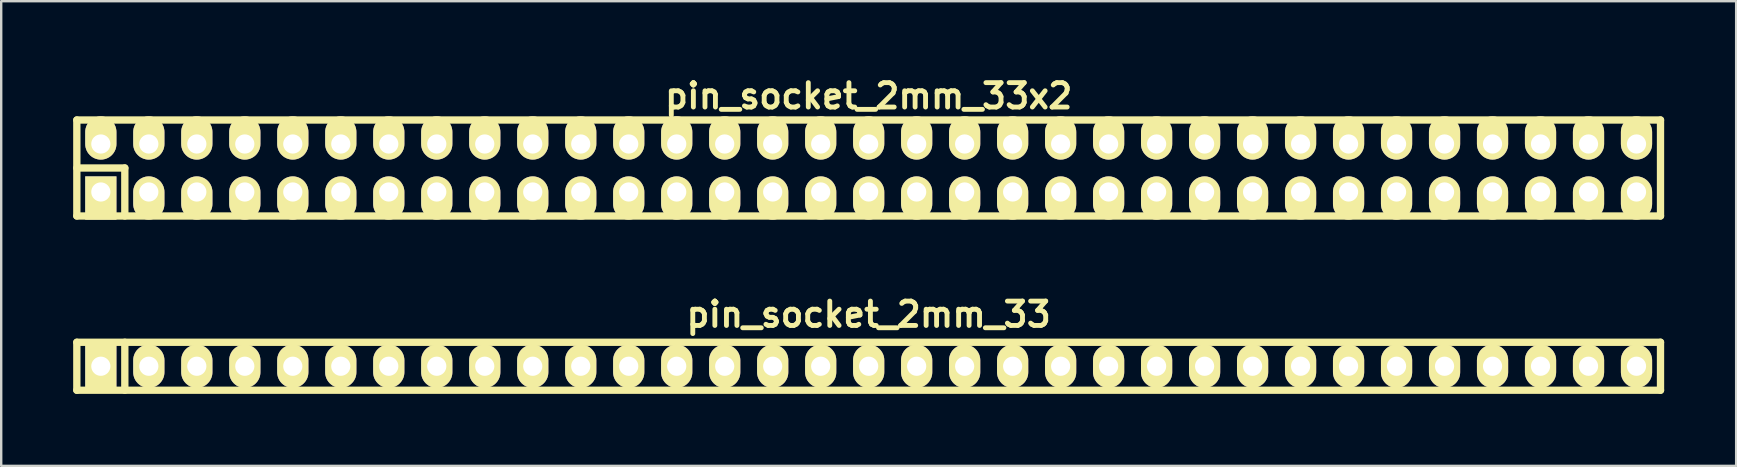
<source format=kicad_pcb>
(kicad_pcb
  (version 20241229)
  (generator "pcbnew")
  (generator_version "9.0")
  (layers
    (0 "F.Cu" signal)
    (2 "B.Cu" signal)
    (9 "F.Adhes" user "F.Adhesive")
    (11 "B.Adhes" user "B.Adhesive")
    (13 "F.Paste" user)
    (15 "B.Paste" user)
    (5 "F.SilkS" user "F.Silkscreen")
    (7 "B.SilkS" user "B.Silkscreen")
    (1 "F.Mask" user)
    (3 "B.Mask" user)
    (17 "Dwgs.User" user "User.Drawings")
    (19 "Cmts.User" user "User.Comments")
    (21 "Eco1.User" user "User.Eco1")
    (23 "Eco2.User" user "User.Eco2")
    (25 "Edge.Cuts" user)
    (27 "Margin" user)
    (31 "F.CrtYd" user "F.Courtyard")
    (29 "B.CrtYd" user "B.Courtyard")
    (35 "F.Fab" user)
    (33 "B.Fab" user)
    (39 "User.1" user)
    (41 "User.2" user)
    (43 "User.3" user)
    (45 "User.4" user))
  (footprint "pin_socket_2mm_33"
    (layer "F.Cu")
    (at 33.152 12.213)
    (property "Reference" "pin_socket_2mm_33" (at 0 -2.159 0) (layer "F.SilkS") (effects (font (size 1.016 1.016) (thickness 0.203))))
    (attr through_hole)
    (fp_line (start -33 -1) (end 33 -1) (stroke (width 0.305) (type solid)) (layer "F.SilkS"))
    (fp_line (start -33 1) (end -33 -1) (stroke (width 0.305) (type solid)) (layer "F.SilkS"))
    (fp_line (start -31 -1) (end -31 1) (stroke (width 0.305) (type solid)) (layer "F.SilkS"))
    (fp_line (start 33 -1) (end 33 1) (stroke (width 0.305) (type solid)) (layer "F.SilkS"))
    (fp_line (start 33 1) (end -33 1) (stroke (width 0.305) (type solid)) (layer "F.SilkS"))
    (pad "1" thru_hole rect (at -32 0) (size 1.3 1.8) (drill 0.8) (layers "*.Cu" "*.Mask" "F.SilkS"))
    (pad "2" thru_hole oval (at -30 0) (size 1.3 1.8) (drill 0.8) (layers "*.Cu" "*.Mask" "F.SilkS"))
    (pad "3" thru_hole oval (at -28 0) (size 1.3 1.8) (drill 0.8) (layers "*.Cu" "*.Mask" "F.SilkS"))
    (pad "4" thru_hole oval (at -26 0) (size 1.3 1.8) (drill 0.8) (layers "*.Cu" "*.Mask" "F.SilkS"))
    (pad "5" thru_hole oval (at -24 0) (size 1.3 1.8) (drill 0.8) (layers "*.Cu" "*.Mask" "F.SilkS"))
    (pad "6" thru_hole oval (at -22 0) (size 1.3 1.8) (drill 0.8) (layers "*.Cu" "*.Mask" "F.SilkS"))
    (pad "7" thru_hole oval (at -20 0) (size 1.3 1.8) (drill 0.8) (layers "*.Cu" "*.Mask" "F.SilkS"))
    (pad "8" thru_hole oval (at -18 0) (size 1.3 1.8) (drill 0.8) (layers "*.Cu" "*.Mask" "F.SilkS"))
    (pad "9" thru_hole oval (at -16 0) (size 1.3 1.8) (drill 0.8) (layers "*.Cu" "*.Mask" "F.SilkS"))
    (pad "10" thru_hole oval (at -14 0) (size 1.3 1.8) (drill 0.8) (layers "*.Cu" "*.Mask" "F.SilkS"))
    (pad "11" thru_hole oval (at -12 0) (size 1.3 1.8) (drill 0.8) (layers "*.Cu" "*.Mask" "F.SilkS"))
    (pad "12" thru_hole oval (at -10 0) (size 1.3 1.8) (drill 0.8) (layers "*.Cu" "*.Mask" "F.SilkS"))
    (pad "13" thru_hole oval (at -8 0) (size 1.3 1.8) (drill 0.8) (layers "*.Cu" "*.Mask" "F.SilkS"))
    (pad "14" thru_hole oval (at -6 0) (size 1.3 1.8) (drill 0.8) (layers "*.Cu" "*.Mask" "F.SilkS"))
    (pad "15" thru_hole oval (at -4 0) (size 1.3 1.8) (drill 0.8) (layers "*.Cu" "*.Mask" "F.SilkS"))
    (pad "16" thru_hole oval (at -2 0) (size 1.3 1.8) (drill 0.8) (layers "*.Cu" "*.Mask" "F.SilkS"))
    (pad "17" thru_hole oval (at 0 0) (size 1.3 1.8) (drill 0.8) (layers "*.Cu" "*.Mask" "F.SilkS"))
    (pad "18" thru_hole oval (at 2 0) (size 1.3 1.8) (drill 0.8) (layers "*.Cu" "*.Mask" "F.SilkS"))
    (pad "19" thru_hole oval (at 4 0) (size 1.3 1.8) (drill 0.8) (layers "*.Cu" "*.Mask" "F.SilkS"))
    (pad "20" thru_hole oval (at 6 0) (size 1.3 1.8) (drill 0.8) (layers "*.Cu" "*.Mask" "F.SilkS"))
    (pad "21" thru_hole oval (at 8 0) (size 1.3 1.8) (drill 0.8) (layers "*.Cu" "*.Mask" "F.SilkS"))
    (pad "22" thru_hole oval (at 10 0) (size 1.3 1.8) (drill 0.8) (layers "*.Cu" "*.Mask" "F.SilkS"))
    (pad "23" thru_hole oval (at 12 0) (size 1.3 1.8) (drill 0.8) (layers "*.Cu" "*.Mask" "F.SilkS"))
    (pad "24" thru_hole oval (at 14 0) (size 1.3 1.8) (drill 0.8) (layers "*.Cu" "*.Mask" "F.SilkS"))
    (pad "25" thru_hole oval (at 16 0) (size 1.3 1.8) (drill 0.8) (layers "*.Cu" "*.Mask" "F.SilkS"))
    (pad "26" thru_hole oval (at 18 0) (size 1.3 1.8) (drill 0.8) (layers "*.Cu" "*.Mask" "F.SilkS"))
    (pad "27" thru_hole oval (at 20 0) (size 1.3 1.8) (drill 0.8) (layers "*.Cu" "*.Mask" "F.SilkS"))
    (pad "28" thru_hole oval (at 22 0) (size 1.3 1.8) (drill 0.8) (layers "*.Cu" "*.Mask" "F.SilkS"))
    (pad "29" thru_hole oval (at 24 0) (size 1.3 1.8) (drill 0.8) (layers "*.Cu" "*.Mask" "F.SilkS"))
    (pad "30" thru_hole oval (at 26 0) (size 1.3 1.8) (drill 0.8) (layers "*.Cu" "*.Mask" "F.SilkS"))
    (pad "31" thru_hole oval (at 28 0) (size 1.3 1.8) (drill 0.8) (layers "*.Cu" "*.Mask" "F.SilkS"))
    (pad "32" thru_hole oval (at 30 0) (size 1.3 1.8) (drill 0.8) (layers "*.Cu" "*.Mask" "F.SilkS"))
    (pad "33" thru_hole oval (at 32 0) (size 1.3 1.8) (drill 0.8) (layers "*.Cu" "*.Mask" "F.SilkS")))
  (footprint "pin_socket_2mm_33x2"
    (layer "F.Cu")
    (at 33.152 3.951)
    (property "Reference" "pin_socket_2mm_33x2" (at 0 -3 0) (layer "F.SilkS") (effects (font (size 1.016 1.016) (thickness 0.203))))
    (attr through_hole)
    (fp_line (start -33 -2) (end 33 -2) (stroke (width 0.305) (type solid)) (layer "F.SilkS"))
    (fp_line (start -33 0) (end -31 0) (stroke (width 0.305) (type solid)) (layer "F.SilkS"))
    (fp_line (start -33 2) (end -33 -2) (stroke (width 0.305) (type solid)) (layer "F.SilkS"))
    (fp_line (start -31 0) (end -31 2) (stroke (width 0.305) (type solid)) (layer "F.SilkS"))
    (fp_line (start 33 -2) (end 33 2) (stroke (width 0.305) (type solid)) (layer "F.SilkS"))
    (fp_line (start 33 2) (end -33 2) (stroke (width 0.305) (type solid)) (layer "F.SilkS"))
    (pad "1" thru_hole rect (at -32 1) (size 1.3 1.8) (drill 0.8 (offset 0 0.25)) (layers "*.Cu" "*.Mask" "F.SilkS"))
    (pad "2" thru_hole oval (at -32 -1) (size 1.3 1.8) (drill 0.8 (offset 0 -0.25)) (layers "*.Cu" "*.Mask" "F.SilkS"))
    (pad "3" thru_hole oval (at -30 1) (size 1.3 1.8) (drill 0.8 (offset 0 0.25)) (layers "*.Cu" "*.Mask" "F.SilkS"))
    (pad "4" thru_hole oval (at -30 -1) (size 1.3 1.8) (drill 0.8 (offset 0 -0.25)) (layers "*.Cu" "*.Mask" "F.SilkS"))
    (pad "5" thru_hole oval (at -28 1) (size 1.3 1.8) (drill 0.8 (offset 0 0.25)) (layers "*.Cu" "*.Mask" "F.SilkS"))
    (pad "6" thru_hole oval (at -28 -1) (size 1.3 1.8) (drill 0.8 (offset 0 -0.25)) (layers "*.Cu" "*.Mask" "F.SilkS"))
    (pad "7" thru_hole oval (at -26 1) (size 1.3 1.8) (drill 0.8 (offset 0 0.25)) (layers "*.Cu" "*.Mask" "F.SilkS"))
    (pad "8" thru_hole oval (at -26 -1) (size 1.3 1.8) (drill 0.8 (offset 0 -0.25)) (layers "*.Cu" "*.Mask" "F.SilkS"))
    (pad "9" thru_hole oval (at -24 1) (size 1.3 1.8) (drill 0.8 (offset 0 0.25)) (layers "*.Cu" "*.Mask" "F.SilkS"))
    (pad "10" thru_hole oval (at -24 -1) (size 1.3 1.8) (drill 0.8 (offset 0 -0.25)) (layers "*.Cu" "*.Mask" "F.SilkS"))
    (pad "11" thru_hole oval (at -22 1) (size 1.3 1.8) (drill 0.8 (offset 0 0.25)) (layers "*.Cu" "*.Mask" "F.SilkS"))
    (pad "12" thru_hole oval (at -22 -1) (size 1.3 1.8) (drill 0.8 (offset 0 -0.25)) (layers "*.Cu" "*.Mask" "F.SilkS"))
    (pad "13" thru_hole oval (at -20 1) (size 1.3 1.8) (drill 0.8 (offset 0 0.25)) (layers "*.Cu" "*.Mask" "F.SilkS"))
    (pad "14" thru_hole oval (at -20 -1) (size 1.3 1.8) (drill 0.8 (offset 0 -0.25)) (layers "*.Cu" "*.Mask" "F.SilkS"))
    (pad "15" thru_hole oval (at -18 1) (size 1.3 1.8) (drill 0.8 (offset 0 0.25)) (layers "*.Cu" "*.Mask" "F.SilkS"))
    (pad "16" thru_hole oval (at -18 -1) (size 1.3 1.8) (drill 0.8 (offset 0 -0.25)) (layers "*.Cu" "*.Mask" "F.SilkS"))
    (pad "17" thru_hole oval (at -16 1) (size 1.3 1.8) (drill 0.8 (offset 0 0.25)) (layers "*.Cu" "*.Mask" "F.SilkS"))
    (pad "18" thru_hole oval (at -16 -1) (size 1.3 1.8) (drill 0.8 (offset 0 -0.25)) (layers "*.Cu" "*.Mask" "F.SilkS"))
    (pad "19" thru_hole oval (at -14 1) (size 1.3 1.8) (drill 0.8 (offset 0 0.25)) (layers "*.Cu" "*.Mask" "F.SilkS"))
    (pad "20" thru_hole oval (at -14 -1) (size 1.3 1.8) (drill 0.8 (offset 0 -0.25)) (layers "*.Cu" "*.Mask" "F.SilkS"))
    (pad "21" thru_hole oval (at -12 1) (size 1.3 1.8) (drill 0.8 (offset 0 0.25)) (layers "*.Cu" "*.Mask" "F.SilkS"))
    (pad "22" thru_hole oval (at -12 -1) (size 1.3 1.8) (drill 0.8 (offset 0 -0.25)) (layers "*.Cu" "*.Mask" "F.SilkS"))
    (pad "23" thru_hole oval (at -10 1) (size 1.3 1.8) (drill 0.8 (offset 0 0.25)) (layers "*.Cu" "*.Mask" "F.SilkS"))
    (pad "24" thru_hole oval (at -10 -1) (size 1.3 1.8) (drill 0.8 (offset 0 -0.25)) (layers "*.Cu" "*.Mask" "F.SilkS"))
    (pad "25" thru_hole oval (at -8 1) (size 1.3 1.8) (drill 0.8 (offset 0 0.25)) (layers "*.Cu" "*.Mask" "F.SilkS"))
    (pad "26" thru_hole oval (at -8 -1) (size 1.3 1.8) (drill 0.8 (offset 0 -0.25)) (layers "*.Cu" "*.Mask" "F.SilkS"))
    (pad "27" thru_hole oval (at -6 1) (size 1.3 1.8) (drill 0.8 (offset 0 0.25)) (layers "*.Cu" "*.Mask" "F.SilkS"))
    (pad "28" thru_hole oval (at -6 -1) (size 1.3 1.8) (drill 0.8 (offset 0 -0.25)) (layers "*.Cu" "*.Mask" "F.SilkS"))
    (pad "29" thru_hole oval (at -4 1) (size 1.3 1.8) (drill 0.8 (offset 0 0.25)) (layers "*.Cu" "*.Mask" "F.SilkS"))
    (pad "30" thru_hole oval (at -4 -1) (size 1.3 1.8) (drill 0.8 (offset 0 -0.25)) (layers "*.Cu" "*.Mask" "F.SilkS"))
    (pad "31" thru_hole oval (at -2 1) (size 1.3 1.8) (drill 0.8 (offset 0 0.25)) (layers "*.Cu" "*.Mask" "F.SilkS"))
    (pad "32" thru_hole oval (at -2 -1) (size 1.3 1.8) (drill 0.8 (offset 0 -0.25)) (layers "*.Cu" "*.Mask" "F.SilkS"))
    (pad "33" thru_hole oval (at 0 1) (size 1.3 1.8) (drill 0.8 (offset 0 0.25)) (layers "*.Cu" "*.Mask" "F.SilkS"))
    (pad "34" thru_hole oval (at 0 -1) (size 1.3 1.8) (drill 0.8 (offset 0 -0.25)) (layers "*.Cu" "*.Mask" "F.SilkS"))
    (pad "35" thru_hole oval (at 2 1) (size 1.3 1.8) (drill 0.8 (offset 0 0.25)) (layers "*.Cu" "*.Mask" "F.SilkS"))
    (pad "36" thru_hole oval (at 2 -1) (size 1.3 1.8) (drill 0.8 (offset 0 -0.25)) (layers "*.Cu" "*.Mask" "F.SilkS"))
    (pad "37" thru_hole oval (at 4 1) (size 1.3 1.8) (drill 0.8 (offset 0 0.25)) (layers "*.Cu" "*.Mask" "F.SilkS"))
    (pad "38" thru_hole oval (at 4 -1) (size 1.3 1.8) (drill 0.8 (offset 0 -0.25)) (layers "*.Cu" "*.Mask" "F.SilkS"))
    (pad "39" thru_hole oval (at 6 1) (size 1.3 1.8) (drill 0.8 (offset 0 0.25)) (layers "*.Cu" "*.Mask" "F.SilkS"))
    (pad "40" thru_hole oval (at 6 -1) (size 1.3 1.8) (drill 0.8 (offset 0 -0.25)) (layers "*.Cu" "*.Mask" "F.SilkS"))
    (pad "41" thru_hole oval (at 8 1) (size 1.3 1.8) (drill 0.8 (offset 0 0.25)) (layers "*.Cu" "*.Mask" "F.SilkS"))
    (pad "42" thru_hole oval (at 8 -1) (size 1.3 1.8) (drill 0.8 (offset 0 -0.25)) (layers "*.Cu" "*.Mask" "F.SilkS"))
    (pad "43" thru_hole oval (at 10 1) (size 1.3 1.8) (drill 0.8 (offset 0 0.25)) (layers "*.Cu" "*.Mask" "F.SilkS"))
    (pad "44" thru_hole oval (at 10 -1) (size 1.3 1.8) (drill 0.8 (offset 0 -0.25)) (layers "*.Cu" "*.Mask" "F.SilkS"))
    (pad "45" thru_hole oval (at 12 1) (size 1.3 1.8) (drill 0.8 (offset 0 0.25)) (layers "*.Cu" "*.Mask" "F.SilkS"))
    (pad "46" thru_hole oval (at 12 -1) (size 1.3 1.8) (drill 0.8 (offset 0 -0.25)) (layers "*.Cu" "*.Mask" "F.SilkS"))
    (pad "47" thru_hole oval (at 14 1) (size 1.3 1.8) (drill 0.8 (offset 0 0.25)) (layers "*.Cu" "*.Mask" "F.SilkS"))
    (pad "48" thru_hole oval (at 14 -1) (size 1.3 1.8) (drill 0.8 (offset 0 -0.25)) (layers "*.Cu" "*.Mask" "F.SilkS"))
    (pad "49" thru_hole oval (at 16 1) (size 1.3 1.8) (drill 0.8 (offset 0 0.25)) (layers "*.Cu" "*.Mask" "F.SilkS"))
    (pad "50" thru_hole oval (at 16 -1) (size 1.3 1.8) (drill 0.8 (offset 0 -0.25)) (layers "*.Cu" "*.Mask" "F.SilkS"))
    (pad "51" thru_hole oval (at 18 1) (size 1.3 1.8) (drill 0.8 (offset 0 0.25)) (layers "*.Cu" "*.Mask" "F.SilkS"))
    (pad "52" thru_hole oval (at 18 -1) (size 1.3 1.8) (drill 0.8 (offset 0 -0.25)) (layers "*.Cu" "*.Mask" "F.SilkS"))
    (pad "53" thru_hole oval (at 20 1) (size 1.3 1.8) (drill 0.8 (offset 0 0.25)) (layers "*.Cu" "*.Mask" "F.SilkS"))
    (pad "54" thru_hole oval (at 20 -1) (size 1.3 1.8) (drill 0.8 (offset 0 -0.25)) (layers "*.Cu" "*.Mask" "F.SilkS"))
    (pad "55" thru_hole oval (at 22 1) (size 1.3 1.8) (drill 0.8 (offset 0 0.25)) (layers "*.Cu" "*.Mask" "F.SilkS"))
    (pad "56" thru_hole oval (at 22 -1) (size 1.3 1.8) (drill 0.8 (offset 0 -0.25)) (layers "*.Cu" "*.Mask" "F.SilkS"))
    (pad "57" thru_hole oval (at 24 1) (size 1.3 1.8) (drill 0.8 (offset 0 0.25)) (layers "*.Cu" "*.Mask" "F.SilkS"))
    (pad "58" thru_hole oval (at 24 -1) (size 1.3 1.8) (drill 0.8 (offset 0 -0.25)) (layers "*.Cu" "*.Mask" "F.SilkS"))
    (pad "59" thru_hole oval (at 26 1) (size 1.3 1.8) (drill 0.8 (offset 0 0.25)) (layers "*.Cu" "*.Mask" "F.SilkS"))
    (pad "60" thru_hole oval (at 26 -1) (size 1.3 1.8) (drill 0.8 (offset 0 -0.25)) (layers "*.Cu" "*.Mask" "F.SilkS"))
    (pad "61" thru_hole oval (at 28 1) (size 1.3 1.8) (drill 0.8 (offset 0 0.25)) (layers "*.Cu" "*.Mask" "F.SilkS"))
    (pad "62" thru_hole oval (at 28 -1) (size 1.3 1.8) (drill 0.8 (offset 0 -0.25)) (layers "*.Cu" "*.Mask" "F.SilkS"))
    (pad "63" thru_hole oval (at 30 1) (size 1.3 1.8) (drill 0.8 (offset 0 0.25)) (layers "*.Cu" "*.Mask" "F.SilkS"))
    (pad "64" thru_hole oval (at 30 -1) (size 1.3 1.8) (drill 0.8 (offset 0 -0.25)) (layers "*.Cu" "*.Mask" "F.SilkS"))
    (pad "65" thru_hole oval (at 32 1) (size 1.3 1.8) (drill 0.8 (offset 0 0.25)) (layers "*.Cu" "*.Mask" "F.SilkS"))
    (pad "66" thru_hole oval (at 32 -1) (size 1.3 1.8) (drill 0.8 (offset 0 -0.25)) (layers "*.Cu" "*.Mask" "F.SilkS")))
  (gr_rect
    (start -3 -3)
    (end 69.305 16.366)
    (stroke (width 0.1) (type default))
    (fill no)
    (layer "Edge.Cuts")))
</source>
